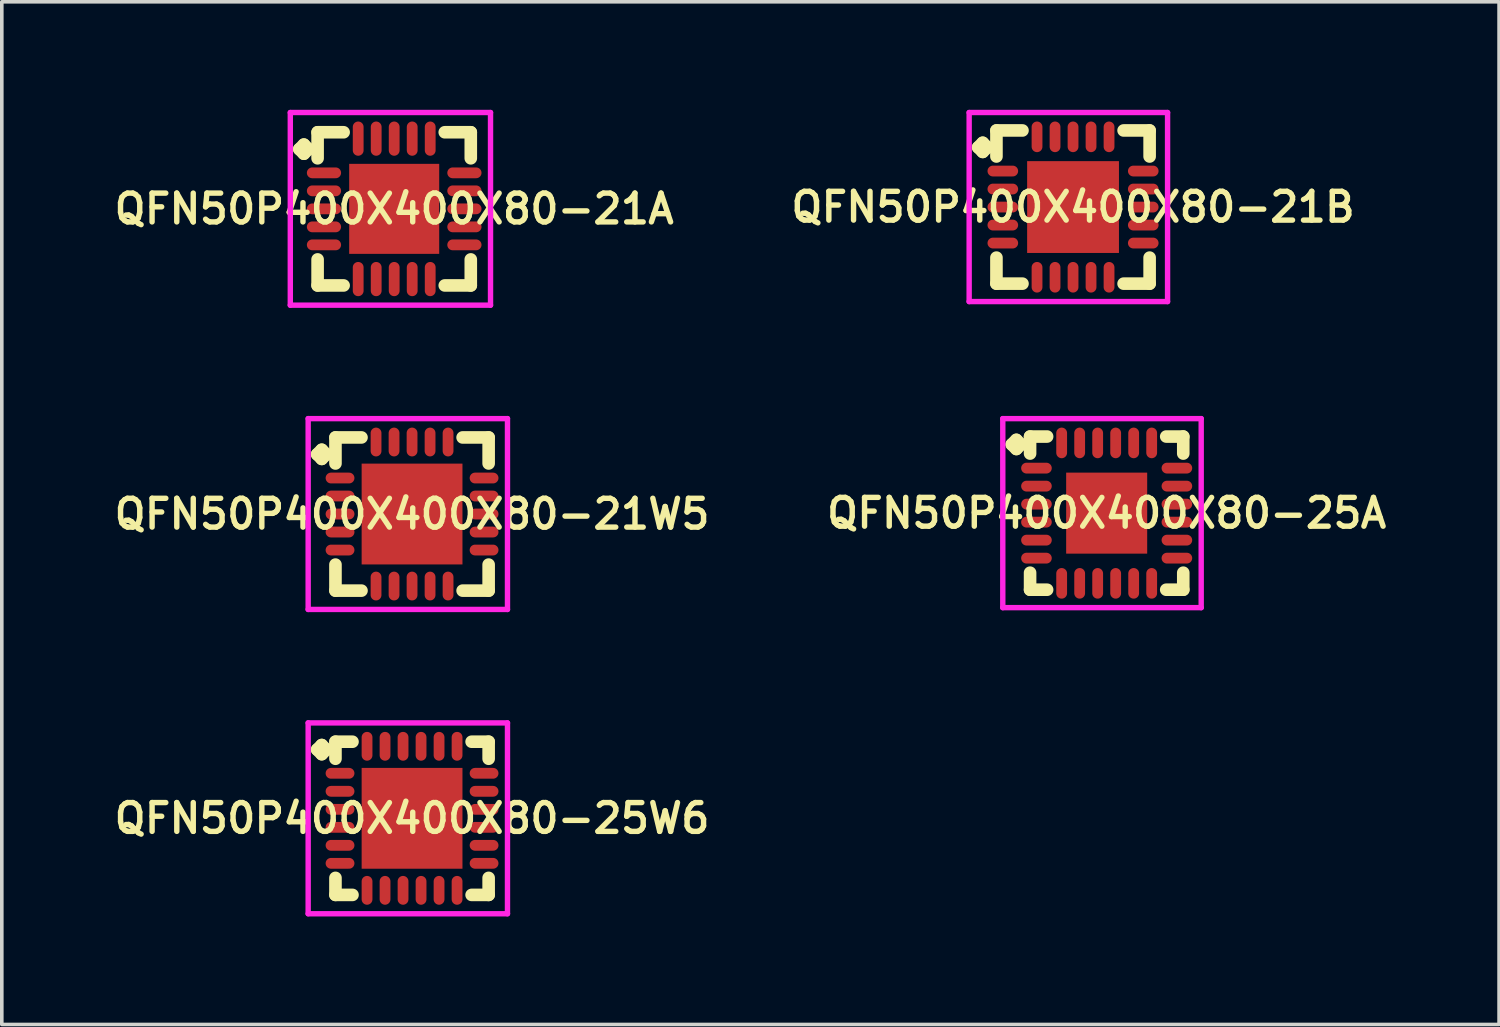
<source format=kicad_pcb>
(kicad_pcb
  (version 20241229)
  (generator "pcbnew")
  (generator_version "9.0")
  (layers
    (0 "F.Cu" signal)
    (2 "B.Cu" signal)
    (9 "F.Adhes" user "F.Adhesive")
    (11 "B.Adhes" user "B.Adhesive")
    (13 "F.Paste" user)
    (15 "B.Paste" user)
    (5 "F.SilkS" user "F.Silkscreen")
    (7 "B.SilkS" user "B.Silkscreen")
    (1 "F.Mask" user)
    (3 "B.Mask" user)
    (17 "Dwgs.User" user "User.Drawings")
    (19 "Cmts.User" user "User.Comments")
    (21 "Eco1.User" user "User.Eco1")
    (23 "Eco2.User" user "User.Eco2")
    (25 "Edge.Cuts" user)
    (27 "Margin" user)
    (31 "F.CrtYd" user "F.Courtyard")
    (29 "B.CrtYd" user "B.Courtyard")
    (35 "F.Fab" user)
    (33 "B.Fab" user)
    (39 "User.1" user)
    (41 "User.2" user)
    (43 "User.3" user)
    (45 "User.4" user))
  (footprint "QFN50P400X400X80-21A"
    (layer "F.Cu")
    (at 7.897 2.75)
    (property "Reference" "QFN50P400X400X80-21A" (at 0 0 0) (layer "F.SilkS") (effects (font (size 0.8 0.8) (thickness 0.15))))
    (attr smd)
    (fp_line (start -2.635 -1.658) (end -2.508 -1.785) (stroke (width 0.35) (type solid)) (layer "F.SilkS"))
    (fp_line (start -2.508 -1.785) (end -2.381 -1.658) (stroke (width 0.35) (type solid)) (layer "F.SilkS"))
    (fp_line (start -2.508 -1.531) (end -2.635 -1.658) (stroke (width 0.35) (type solid)) (layer "F.SilkS"))
    (fp_line (start -2.381 -1.658) (end -2.508 -1.531) (stroke (width 0.35) (type solid)) (layer "F.SilkS"))
    (fp_line (start -2.127 -2.127) (end -1.404 -2.127) (stroke (width 0.35) (type solid)) (layer "F.SilkS"))
    (fp_line (start -2.127 -1.404) (end -2.127 -2.127) (stroke (width 0.35) (type solid)) (layer "F.SilkS"))
    (fp_line (start -2.127 1.404) (end -2.127 2.127) (stroke (width 0.35) (type solid)) (layer "F.SilkS"))
    (fp_line (start -2.127 2.127) (end -1.404 2.127) (stroke (width 0.35) (type solid)) (layer "F.SilkS"))
    (fp_line (start 1.404 -2.127) (end 2.127 -2.127) (stroke (width 0.35) (type solid)) (layer "F.SilkS"))
    (fp_line (start 1.404 2.127) (end 2.127 2.127) (stroke (width 0.35) (type solid)) (layer "F.SilkS"))
    (fp_line (start 2.127 -2.127) (end 2.127 -1.404) (stroke (width 0.35) (type solid)) (layer "F.SilkS"))
    (fp_line (start 2.127 2.127) (end 2.127 1.404) (stroke (width 0.35) (type solid)) (layer "F.SilkS"))
    (fp_line (start -2.885 -2.675) (end 2.675 -2.675) (stroke (width 0.15) (type solid)) (layer "F.CrtYd"))
    (fp_line (start -2.885 2.675) (end -2.885 -2.675) (stroke (width 0.15) (type solid)) (layer "F.CrtYd"))
    (fp_line (start 2.675 -2.675) (end 2.675 2.675) (stroke (width 0.15) (type solid)) (layer "F.CrtYd"))
    (fp_line (start 2.675 2.675) (end -2.885 2.675) (stroke (width 0.15) (type solid)) (layer "F.CrtYd"))
    (pad "1" smd oval (at -1.95 -1) (size 0.95 0.3) (layers "F.Cu" "F.Mask" "F.Paste"))
    (pad "2" smd oval (at -1.95 -0.5) (size 0.95 0.3) (layers "F.Cu" "F.Mask" "F.Paste"))
    (pad "3" smd oval (at -1.95 0) (size 0.95 0.3) (layers "F.Cu" "F.Mask" "F.Paste"))
    (pad "4" smd oval (at -1.95 0.5) (size 0.95 0.3) (layers "F.Cu" "F.Mask" "F.Paste"))
    (pad "5" smd oval (at -1.95 1) (size 0.95 0.3) (layers "F.Cu" "F.Mask" "F.Paste"))
    (pad "6" smd oval (at -1 1.95) (size 0.3 0.95) (layers "F.Cu" "F.Mask" "F.Paste"))
    (pad "7" smd oval (at -0.5 1.95) (size 0.3 0.95) (layers "F.Cu" "F.Mask" "F.Paste"))
    (pad "8" smd oval (at 0 1.95) (size 0.3 0.95) (layers "F.Cu" "F.Mask" "F.Paste"))
    (pad "9" smd oval (at 0.5 1.95) (size 0.3 0.95) (layers "F.Cu" "F.Mask" "F.Paste"))
    (pad "10" smd oval (at 1 1.95) (size 0.3 0.95) (layers "F.Cu" "F.Mask" "F.Paste"))
    (pad "11" smd oval (at 1.95 1) (size 0.95 0.3) (layers "F.Cu" "F.Mask" "F.Paste"))
    (pad "12" smd oval (at 1.95 0.5) (size 0.95 0.3) (layers "F.Cu" "F.Mask" "F.Paste"))
    (pad "13" smd oval (at 1.95 0) (size 0.95 0.3) (layers "F.Cu" "F.Mask" "F.Paste"))
    (pad "14" smd oval (at 1.95 -0.5) (size 0.95 0.3) (layers "F.Cu" "F.Mask" "F.Paste"))
    (pad "15" smd oval (at 1.95 -1) (size 0.95 0.3) (layers "F.Cu" "F.Mask" "F.Paste"))
    (pad "16" smd oval (at 1 -1.95) (size 0.3 0.95) (layers "F.Cu" "F.Mask" "F.Paste"))
    (pad "17" smd oval (at 0.5 -1.95) (size 0.3 0.95) (layers "F.Cu" "F.Mask" "F.Paste"))
    (pad "18" smd oval (at 0 -1.95) (size 0.3 0.95) (layers "F.Cu" "F.Mask" "F.Paste"))
    (pad "19" smd oval (at -0.5 -1.95) (size 0.3 0.95) (layers "F.Cu" "F.Mask" "F.Paste"))
    (pad "20" smd oval (at -1 -1.95) (size 0.3 0.95) (layers "F.Cu" "F.Mask" "F.Paste"))
    (pad "21" smd rect (at 0 0) (size 2.5 2.5) (layers "F.Cu" "F.Mask" "F.Paste")))
  (footprint "QFN50P400X400X80-25W6"
    (layer "F.Cu")
    (at 8.393 19.675)
    (property "Reference" "QFN50P400X400X80-25W6" (at 0 0 0) (layer "F.SilkS") (effects (font (size 0.8 0.8) (thickness 0.15))))
    (attr through_hole)
    (fp_line (start -2.635 -1.908) (end -2.508 -2.035) (stroke (width 0.35) (type solid)) (layer "F.SilkS"))
    (fp_line (start -2.508 -2.035) (end -2.381 -1.908) (stroke (width 0.35) (type solid)) (layer "F.SilkS"))
    (fp_line (start -2.508 -1.781) (end -2.635 -1.908) (stroke (width 0.35) (type solid)) (layer "F.SilkS"))
    (fp_line (start -2.381 -1.908) (end -2.508 -1.781) (stroke (width 0.35) (type solid)) (layer "F.SilkS"))
    (fp_line (start -2.127 -2.127) (end -1.654 -2.127) (stroke (width 0.35) (type solid)) (layer "F.SilkS"))
    (fp_line (start -2.127 -1.654) (end -2.127 -2.127) (stroke (width 0.35) (type solid)) (layer "F.SilkS"))
    (fp_line (start -2.127 1.654) (end -2.127 2.127) (stroke (width 0.35) (type solid)) (layer "F.SilkS"))
    (fp_line (start -2.127 2.127) (end -1.654 2.127) (stroke (width 0.35) (type solid)) (layer "F.SilkS"))
    (fp_line (start 1.654 -2.127) (end 2.127 -2.127) (stroke (width 0.35) (type solid)) (layer "F.SilkS"))
    (fp_line (start 1.654 2.127) (end 2.127 2.127) (stroke (width 0.35) (type solid)) (layer "F.SilkS"))
    (fp_line (start 2.127 -2.127) (end 2.127 -1.654) (stroke (width 0.35) (type solid)) (layer "F.SilkS"))
    (fp_line (start 2.127 2.127) (end 2.127 1.654) (stroke (width 0.35) (type solid)) (layer "F.SilkS"))
    (fp_line (start -2.885 -2.65) (end 2.65 -2.65) (stroke (width 0.15) (type solid)) (layer "F.CrtYd"))
    (fp_line (start -2.885 2.65) (end -2.885 -2.65) (stroke (width 0.15) (type solid)) (layer "F.CrtYd"))
    (fp_line (start 2.65 -2.65) (end 2.65 2.65) (stroke (width 0.15) (type solid)) (layer "F.CrtYd"))
    (fp_line (start 2.65 2.65) (end -2.885 2.65) (stroke (width 0.15) (type solid)) (layer "F.CrtYd"))
    (pad "1" smd oval (at -2 -1.25) (size 0.8 0.3) (layers "F.Cu" "F.Mask" "F.Paste"))
    (pad "2" smd oval (at -2 -0.75) (size 0.8 0.3) (layers "F.Cu" "F.Mask" "F.Paste"))
    (pad "3" smd oval (at -2 -0.25) (size 0.8 0.3) (layers "F.Cu" "F.Mask" "F.Paste"))
    (pad "4" smd oval (at -2 0.25) (size 0.8 0.3) (layers "F.Cu" "F.Mask" "F.Paste"))
    (pad "5" smd oval (at -2 0.75) (size 0.8 0.3) (layers "F.Cu" "F.Mask" "F.Paste"))
    (pad "6" smd oval (at -2 1.25) (size 0.8 0.3) (layers "F.Cu" "F.Mask" "F.Paste"))
    (pad "7" smd oval (at -1.25 2) (size 0.3 0.8) (layers "F.Cu" "F.Mask" "F.Paste"))
    (pad "8" smd oval (at -0.75 2) (size 0.3 0.8) (layers "F.Cu" "F.Mask" "F.Paste"))
    (pad "9" smd oval (at -0.25 2) (size 0.3 0.8) (layers "F.Cu" "F.Mask" "F.Paste"))
    (pad "10" smd oval (at 0.25 2) (size 0.3 0.8) (layers "F.Cu" "F.Mask" "F.Paste"))
    (pad "11" smd oval (at 0.75 2) (size 0.3 0.8) (layers "F.Cu" "F.Mask" "F.Paste"))
    (pad "12" smd oval (at 1.25 2) (size 0.3 0.8) (layers "F.Cu" "F.Mask" "F.Paste"))
    (pad "13" smd oval (at 2 1.25) (size 0.8 0.3) (layers "F.Cu" "F.Mask" "F.Paste"))
    (pad "14" smd oval (at 2 0.75) (size 0.8 0.3) (layers "F.Cu" "F.Mask" "F.Paste"))
    (pad "15" smd oval (at 2 0.25) (size 0.8 0.3) (layers "F.Cu" "F.Mask" "F.Paste"))
    (pad "16" smd oval (at 2 -0.25) (size 0.8 0.3) (layers "F.Cu" "F.Mask" "F.Paste"))
    (pad "17" smd oval (at 2 -0.75) (size 0.8 0.3) (layers "F.Cu" "F.Mask" "F.Paste"))
    (pad "18" smd oval (at 2 -1.25) (size 0.8 0.3) (layers "F.Cu" "F.Mask" "F.Paste"))
    (pad "19" smd oval (at 1.25 -2) (size 0.3 0.8) (layers "F.Cu" "F.Mask" "F.Paste"))
    (pad "20" smd oval (at 0.75 -2) (size 0.3 0.8) (layers "F.Cu" "F.Mask" "F.Paste"))
    (pad "21" smd oval (at 0.25 -2) (size 0.3 0.8) (layers "F.Cu" "F.Mask" "F.Paste"))
    (pad "22" smd oval (at -0.25 -2) (size 0.3 0.8) (layers "F.Cu" "F.Mask" "F.Paste"))
    (pad "23" smd oval (at -0.75 -2) (size 0.3 0.8) (layers "F.Cu" "F.Mask" "F.Paste"))
    (pad "24" smd oval (at -1.25 -2) (size 0.3 0.8) (layers "F.Cu" "F.Mask" "F.Paste"))
    (pad "25" smd rect (at 0 0) (size 2.8 2.8) (layers "F.Cu" "F.Mask" "F.Paste")))
  (footprint "QFN50P400X400X80-21W5"
    (layer "F.Cu")
    (at 8.393 11.225)
    (property "Reference" "QFN50P400X400X80-21W5" (at 0 0 0) (layer "F.SilkS") (effects (font (size 0.8 0.8) (thickness 0.15))))
    (attr smd)
    (fp_line (start -2.635 -1.658) (end -2.508 -1.785) (stroke (width 0.35) (type solid)) (layer "F.SilkS"))
    (fp_line (start -2.508 -1.785) (end -2.381 -1.658) (stroke (width 0.35) (type solid)) (layer "F.SilkS"))
    (fp_line (start -2.508 -1.531) (end -2.635 -1.658) (stroke (width 0.35) (type solid)) (layer "F.SilkS"))
    (fp_line (start -2.381 -1.658) (end -2.508 -1.531) (stroke (width 0.35) (type solid)) (layer "F.SilkS"))
    (fp_line (start -2.127 -2.127) (end -1.404 -2.127) (stroke (width 0.35) (type solid)) (layer "F.SilkS"))
    (fp_line (start -2.127 -1.404) (end -2.127 -2.127) (stroke (width 0.35) (type solid)) (layer "F.SilkS"))
    (fp_line (start -2.127 1.404) (end -2.127 2.127) (stroke (width 0.35) (type solid)) (layer "F.SilkS"))
    (fp_line (start -2.127 2.127) (end -1.404 2.127) (stroke (width 0.35) (type solid)) (layer "F.SilkS"))
    (fp_line (start 1.404 -2.127) (end 2.127 -2.127) (stroke (width 0.35) (type solid)) (layer "F.SilkS"))
    (fp_line (start 1.404 2.127) (end 2.127 2.127) (stroke (width 0.35) (type solid)) (layer "F.SilkS"))
    (fp_line (start 2.127 -2.127) (end 2.127 -1.404) (stroke (width 0.35) (type solid)) (layer "F.SilkS"))
    (fp_line (start 2.127 2.127) (end 2.127 1.404) (stroke (width 0.35) (type solid)) (layer "F.SilkS"))
    (fp_line (start -2.885 -2.65) (end 2.65 -2.65) (stroke (width 0.15) (type solid)) (layer "F.CrtYd"))
    (fp_line (start -2.885 2.65) (end -2.885 -2.65) (stroke (width 0.15) (type solid)) (layer "F.CrtYd"))
    (fp_line (start 2.65 -2.65) (end 2.65 2.65) (stroke (width 0.15) (type solid)) (layer "F.CrtYd"))
    (fp_line (start 2.65 2.65) (end -2.885 2.65) (stroke (width 0.15) (type solid)) (layer "F.CrtYd"))
    (pad "1" smd oval (at -2 -1) (size 0.8 0.3) (layers "F.Cu" "F.Mask" "F.Paste"))
    (pad "2" smd oval (at -2 -0.5) (size 0.8 0.3) (layers "F.Cu" "F.Mask" "F.Paste"))
    (pad "3" smd oval (at -2 0) (size 0.8 0.3) (layers "F.Cu" "F.Mask" "F.Paste"))
    (pad "4" smd oval (at -2 0.5) (size 0.8 0.3) (layers "F.Cu" "F.Mask" "F.Paste"))
    (pad "5" smd oval (at -2 1) (size 0.8 0.3) (layers "F.Cu" "F.Mask" "F.Paste"))
    (pad "6" smd oval (at -1 2) (size 0.3 0.8) (layers "F.Cu" "F.Mask" "F.Paste"))
    (pad "7" smd oval (at -0.5 2) (size 0.3 0.8) (layers "F.Cu" "F.Mask" "F.Paste"))
    (pad "8" smd oval (at 0 2) (size 0.3 0.8) (layers "F.Cu" "F.Mask" "F.Paste"))
    (pad "9" smd oval (at 0.5 2) (size 0.3 0.8) (layers "F.Cu" "F.Mask" "F.Paste"))
    (pad "10" smd oval (at 1 2) (size 0.3 0.8) (layers "F.Cu" "F.Mask" "F.Paste"))
    (pad "11" smd oval (at 2 1) (size 0.8 0.3) (layers "F.Cu" "F.Mask" "F.Paste"))
    (pad "12" smd oval (at 2 0.5) (size 0.8 0.3) (layers "F.Cu" "F.Mask" "F.Paste"))
    (pad "13" smd oval (at 2 0) (size 0.8 0.3) (layers "F.Cu" "F.Mask" "F.Paste"))
    (pad "14" smd oval (at 2 -0.5) (size 0.8 0.3) (layers "F.Cu" "F.Mask" "F.Paste"))
    (pad "15" smd oval (at 2 -1) (size 0.8 0.3) (layers "F.Cu" "F.Mask" "F.Paste"))
    (pad "16" smd oval (at 1 -2) (size 0.3 0.8) (layers "F.Cu" "F.Mask" "F.Paste"))
    (pad "17" smd oval (at 0.5 -2) (size 0.3 0.8) (layers "F.Cu" "F.Mask" "F.Paste"))
    (pad "18" smd oval (at 0 -2) (size 0.3 0.8) (layers "F.Cu" "F.Mask" "F.Paste"))
    (pad "19" smd oval (at -0.5 -2) (size 0.3 0.8) (layers "F.Cu" "F.Mask" "F.Paste"))
    (pad "20" smd oval (at -1 -2) (size 0.3 0.8) (layers "F.Cu" "F.Mask" "F.Paste"))
    (pad "21" smd rect (at 0 0) (size 2.8 2.8) (layers "F.Cu" "F.Mask" "F.Paste")))
  (footprint "QFN50P400X400X80-21B"
    (layer "F.Cu")
    (at 26.749 2.7)
    (property "Reference" "QFN50P400X400X80-21B" (at 0 0 0) (layer "F.SilkS") (effects (font (size 0.8 0.8) (thickness 0.15))))
    (attr smd)
    (fp_line (start -2.635 -1.658) (end -2.508 -1.785) (stroke (width 0.35) (type solid)) (layer "F.SilkS"))
    (fp_line (start -2.508 -1.785) (end -2.381 -1.658) (stroke (width 0.35) (type solid)) (layer "F.SilkS"))
    (fp_line (start -2.508 -1.531) (end -2.635 -1.658) (stroke (width 0.35) (type solid)) (layer "F.SilkS"))
    (fp_line (start -2.381 -1.658) (end -2.508 -1.531) (stroke (width 0.35) (type solid)) (layer "F.SilkS"))
    (fp_line (start -2.127 -2.127) (end -1.404 -2.127) (stroke (width 0.35) (type solid)) (layer "F.SilkS"))
    (fp_line (start -2.127 -1.404) (end -2.127 -2.127) (stroke (width 0.35) (type solid)) (layer "F.SilkS"))
    (fp_line (start -2.127 1.404) (end -2.127 2.127) (stroke (width 0.35) (type solid)) (layer "F.SilkS"))
    (fp_line (start -2.127 2.127) (end -1.404 2.127) (stroke (width 0.35) (type solid)) (layer "F.SilkS"))
    (fp_line (start 1.404 -2.127) (end 2.127 -2.127) (stroke (width 0.35) (type solid)) (layer "F.SilkS"))
    (fp_line (start 1.404 2.127) (end 2.127 2.127) (stroke (width 0.35) (type solid)) (layer "F.SilkS"))
    (fp_line (start 2.127 -2.127) (end 2.127 -1.404) (stroke (width 0.35) (type solid)) (layer "F.SilkS"))
    (fp_line (start 2.127 2.127) (end 2.127 1.404) (stroke (width 0.35) (type solid)) (layer "F.SilkS"))
    (fp_line (start -2.885 -2.625) (end 2.625 -2.625) (stroke (width 0.15) (type solid)) (layer "F.CrtYd"))
    (fp_line (start -2.885 2.625) (end -2.885 -2.625) (stroke (width 0.15) (type solid)) (layer "F.CrtYd"))
    (fp_line (start 2.625 -2.625) (end 2.625 2.625) (stroke (width 0.15) (type solid)) (layer "F.CrtYd"))
    (fp_line (start 2.625 2.625) (end -2.885 2.625) (stroke (width 0.15) (type solid)) (layer "F.CrtYd"))
    (pad "1" smd oval (at -1.95 -1) (size 0.85 0.3) (layers "F.Cu" "F.Mask" "F.Paste"))
    (pad "2" smd oval (at -1.95 -0.5) (size 0.85 0.3) (layers "F.Cu" "F.Mask" "F.Paste"))
    (pad "3" smd oval (at -1.95 0) (size 0.85 0.3) (layers "F.Cu" "F.Mask" "F.Paste"))
    (pad "4" smd oval (at -1.95 0.5) (size 0.85 0.3) (layers "F.Cu" "F.Mask" "F.Paste"))
    (pad "5" smd oval (at -1.95 1) (size 0.85 0.3) (layers "F.Cu" "F.Mask" "F.Paste"))
    (pad "6" smd oval (at -1 1.95) (size 0.3 0.85) (layers "F.Cu" "F.Mask" "F.Paste"))
    (pad "7" smd oval (at -0.5 1.95) (size 0.3 0.85) (layers "F.Cu" "F.Mask" "F.Paste"))
    (pad "8" smd oval (at 0 1.95) (size 0.3 0.85) (layers "F.Cu" "F.Mask" "F.Paste"))
    (pad "9" smd oval (at 0.5 1.95) (size 0.3 0.85) (layers "F.Cu" "F.Mask" "F.Paste"))
    (pad "10" smd oval (at 1 1.95) (size 0.3 0.85) (layers "F.Cu" "F.Mask" "F.Paste"))
    (pad "11" smd oval (at 1.95 1) (size 0.85 0.3) (layers "F.Cu" "F.Mask" "F.Paste"))
    (pad "12" smd oval (at 1.95 0.5) (size 0.85 0.3) (layers "F.Cu" "F.Mask" "F.Paste"))
    (pad "13" smd oval (at 1.95 0) (size 0.85 0.3) (layers "F.Cu" "F.Mask" "F.Paste"))
    (pad "14" smd oval (at 1.95 -0.5) (size 0.85 0.3) (layers "F.Cu" "F.Mask" "F.Paste"))
    (pad "15" smd oval (at 1.95 -1) (size 0.85 0.3) (layers "F.Cu" "F.Mask" "F.Paste"))
    (pad "16" smd oval (at 1 -1.95) (size 0.3 0.85) (layers "F.Cu" "F.Mask" "F.Paste"))
    (pad "17" smd oval (at 0.5 -1.95) (size 0.3 0.85) (layers "F.Cu" "F.Mask" "F.Paste"))
    (pad "18" smd oval (at 0 -1.95) (size 0.3 0.85) (layers "F.Cu" "F.Mask" "F.Paste"))
    (pad "19" smd oval (at -0.5 -1.95) (size 0.3 0.85) (layers "F.Cu" "F.Mask" "F.Paste"))
    (pad "20" smd oval (at -1 -1.95) (size 0.3 0.85) (layers "F.Cu" "F.Mask" "F.Paste"))
    (pad "21" smd rect (at 0 0) (size 2.55 2.55) (layers "F.Cu" "F.Mask" "F.Paste")))
  (footprint "QFN50P400X400X80-25A"
    (layer "F.Cu")
    (at 27.683 11.2)
    (property "Reference" "QFN50P400X400X80-25A" (at 0 0 0) (layer "F.SilkS") (effects (font (size 0.8 0.8) (thickness 0.15))))
    (attr through_hole)
    (fp_line (start -2.635 -1.908) (end -2.508 -2.035) (stroke (width 0.35) (type solid)) (layer "F.SilkS"))
    (fp_line (start -2.508 -2.035) (end -2.381 -1.908) (stroke (width 0.35) (type solid)) (layer "F.SilkS"))
    (fp_line (start -2.508 -1.781) (end -2.635 -1.908) (stroke (width 0.35) (type solid)) (layer "F.SilkS"))
    (fp_line (start -2.381 -1.908) (end -2.508 -1.781) (stroke (width 0.35) (type solid)) (layer "F.SilkS"))
    (fp_line (start -2.127 -2.127) (end -1.654 -2.127) (stroke (width 0.35) (type solid)) (layer "F.SilkS"))
    (fp_line (start -2.127 -1.654) (end -2.127 -2.127) (stroke (width 0.35) (type solid)) (layer "F.SilkS"))
    (fp_line (start -2.127 1.654) (end -2.127 2.127) (stroke (width 0.35) (type solid)) (layer "F.SilkS"))
    (fp_line (start -2.127 2.127) (end -1.654 2.127) (stroke (width 0.35) (type solid)) (layer "F.SilkS"))
    (fp_line (start 1.654 -2.127) (end 2.127 -2.127) (stroke (width 0.35) (type solid)) (layer "F.SilkS"))
    (fp_line (start 1.654 2.127) (end 2.127 2.127) (stroke (width 0.35) (type solid)) (layer "F.SilkS"))
    (fp_line (start 2.127 -2.127) (end 2.127 -1.654) (stroke (width 0.35) (type solid)) (layer "F.SilkS"))
    (fp_line (start 2.127 2.127) (end 2.127 1.654) (stroke (width 0.35) (type solid)) (layer "F.SilkS"))
    (fp_line (start -2.885 -2.625) (end 2.625 -2.625) (stroke (width 0.15) (type solid)) (layer "F.CrtYd"))
    (fp_line (start -2.885 2.625) (end -2.885 -2.625) (stroke (width 0.15) (type solid)) (layer "F.CrtYd"))
    (fp_line (start 2.625 -2.625) (end 2.625 2.625) (stroke (width 0.15) (type solid)) (layer "F.CrtYd"))
    (fp_line (start 2.625 2.625) (end -2.885 2.625) (stroke (width 0.15) (type solid)) (layer "F.CrtYd"))
    (pad "1" smd oval (at -1.95 -1.25) (size 0.85 0.3) (layers "F.Cu" "F.Mask" "F.Paste"))
    (pad "2" smd oval (at -1.95 -0.75) (size 0.85 0.3) (layers "F.Cu" "F.Mask" "F.Paste"))
    (pad "3" smd oval (at -1.95 -0.25) (size 0.85 0.3) (layers "F.Cu" "F.Mask" "F.Paste"))
    (pad "4" smd oval (at -1.95 0.25) (size 0.85 0.3) (layers "F.Cu" "F.Mask" "F.Paste"))
    (pad "5" smd oval (at -1.95 0.75) (size 0.85 0.3) (layers "F.Cu" "F.Mask" "F.Paste"))
    (pad "6" smd oval (at -1.95 1.25) (size 0.85 0.3) (layers "F.Cu" "F.Mask" "F.Paste"))
    (pad "7" smd oval (at -1.25 1.95) (size 0.3 0.85) (layers "F.Cu" "F.Mask" "F.Paste"))
    (pad "8" smd oval (at -0.75 1.95) (size 0.3 0.85) (layers "F.Cu" "F.Mask" "F.Paste"))
    (pad "9" smd oval (at -0.25 1.95) (size 0.3 0.85) (layers "F.Cu" "F.Mask" "F.Paste"))
    (pad "10" smd oval (at 0.25 1.95) (size 0.3 0.85) (layers "F.Cu" "F.Mask" "F.Paste"))
    (pad "11" smd oval (at 0.75 1.95) (size 0.3 0.85) (layers "F.Cu" "F.Mask" "F.Paste"))
    (pad "12" smd oval (at 1.25 1.95) (size 0.3 0.85) (layers "F.Cu" "F.Mask" "F.Paste"))
    (pad "13" smd oval (at 1.95 1.25) (size 0.85 0.3) (layers "F.Cu" "F.Mask" "F.Paste"))
    (pad "14" smd oval (at 1.95 0.75) (size 0.85 0.3) (layers "F.Cu" "F.Mask" "F.Paste"))
    (pad "15" smd oval (at 1.95 0.25) (size 0.85 0.3) (layers "F.Cu" "F.Mask" "F.Paste"))
    (pad "16" smd oval (at 1.95 -0.25) (size 0.85 0.3) (layers "F.Cu" "F.Mask" "F.Paste"))
    (pad "17" smd oval (at 1.95 -0.75) (size 0.85 0.3) (layers "F.Cu" "F.Mask" "F.Paste"))
    (pad "18" smd oval (at 1.95 -1.25) (size 0.85 0.3) (layers "F.Cu" "F.Mask" "F.Paste"))
    (pad "19" smd oval (at 1.25 -1.95) (size 0.3 0.85) (layers "F.Cu" "F.Mask" "F.Paste"))
    (pad "20" smd oval (at 0.75 -1.95) (size 0.3 0.85) (layers "F.Cu" "F.Mask" "F.Paste"))
    (pad "21" smd oval (at 0.25 -1.95) (size 0.3 0.85) (layers "F.Cu" "F.Mask" "F.Paste"))
    (pad "22" smd oval (at -0.25 -1.95) (size 0.3 0.85) (layers "F.Cu" "F.Mask" "F.Paste"))
    (pad "23" smd oval (at -0.75 -1.95) (size 0.3 0.85) (layers "F.Cu" "F.Mask" "F.Paste"))
    (pad "24" smd oval (at -1.25 -1.95) (size 0.3 0.85) (layers "F.Cu" "F.Mask" "F.Paste"))
    (pad "25" smd rect (at 0 0) (size 2.25 2.25) (layers "F.Cu" "F.Mask" "F.Paste")))
  (gr_rect
    (start -3 -3)
    (end 38.58 25.4)
    (stroke (width 0.1) (type default))
    (fill no)
    (layer "Edge.Cuts")))
</source>
